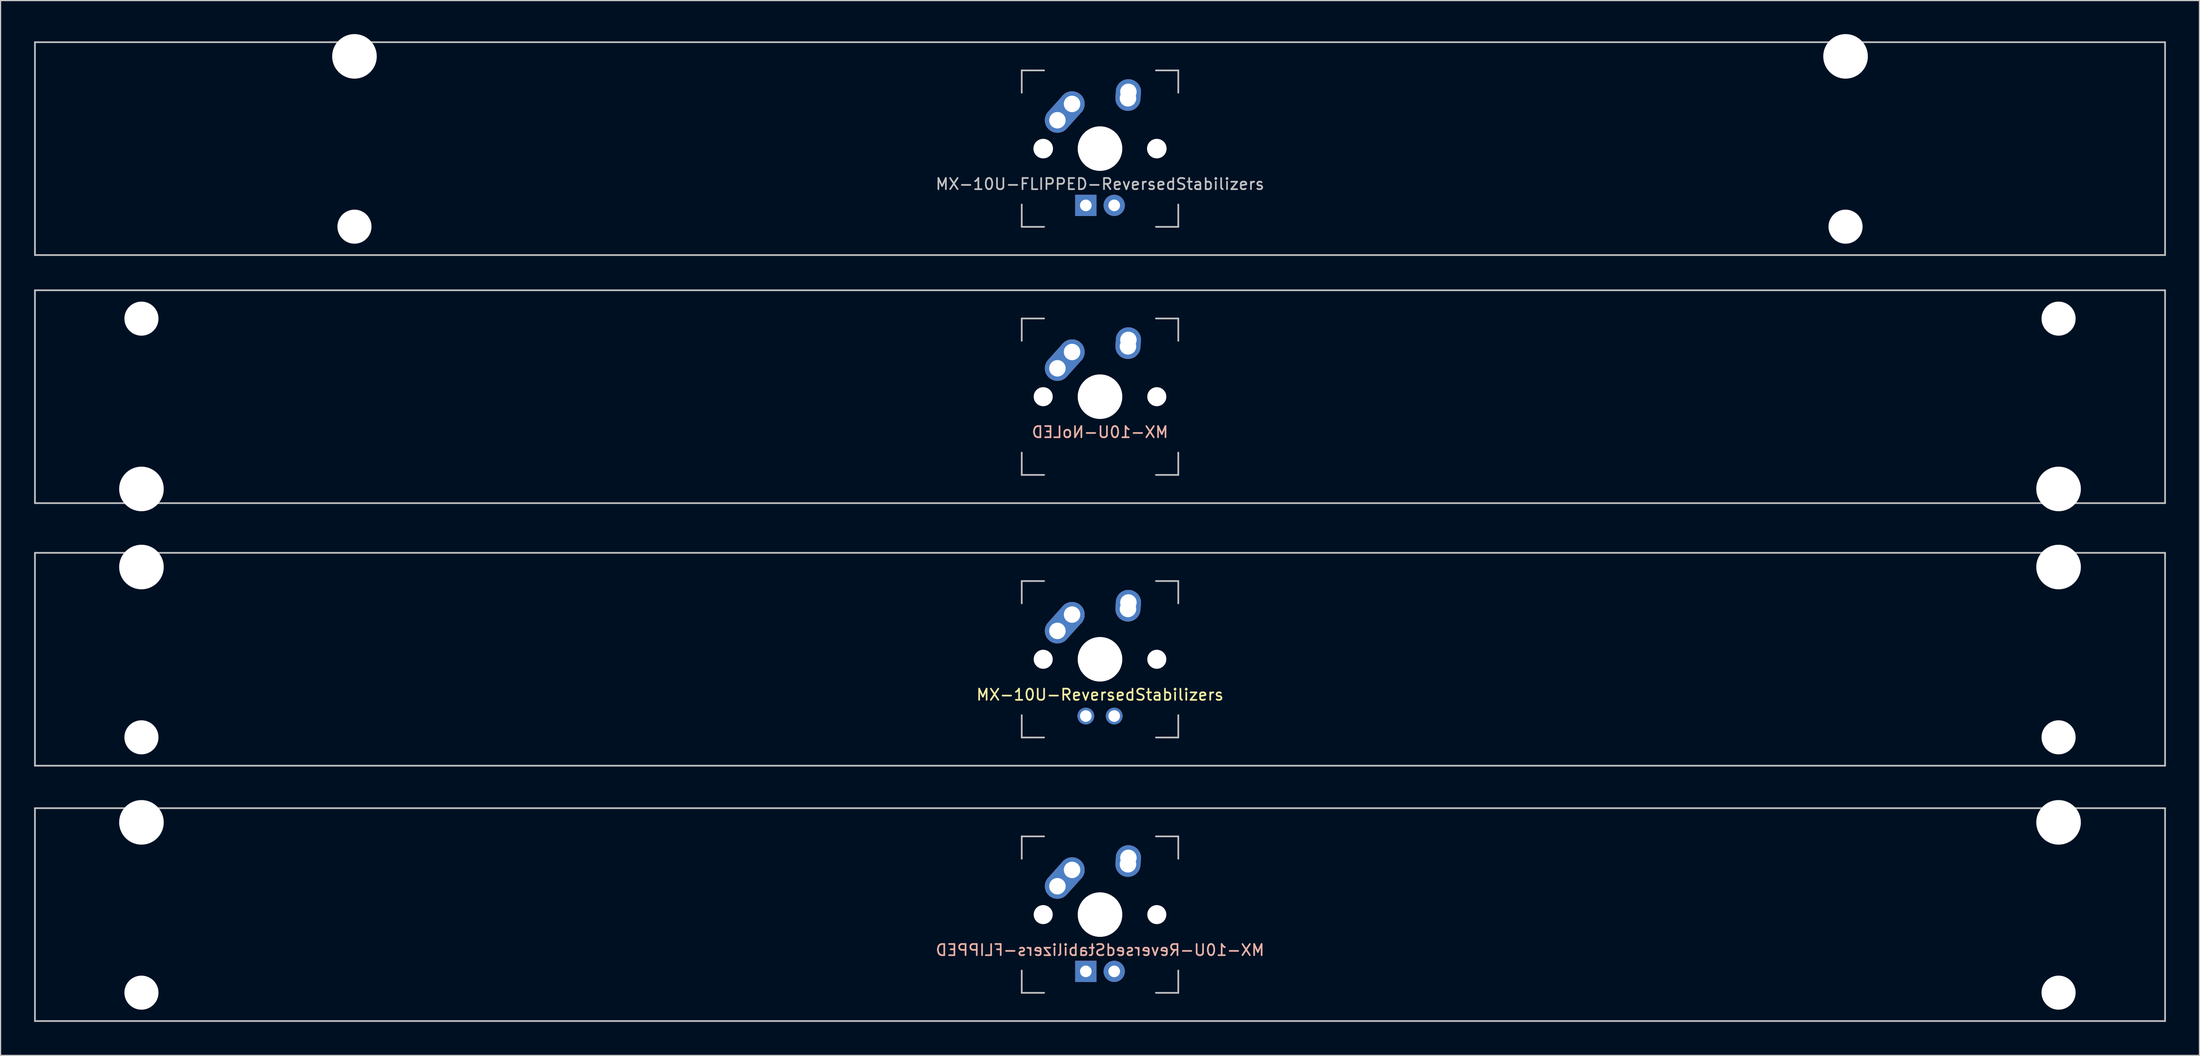
<source format=kicad_pcb>
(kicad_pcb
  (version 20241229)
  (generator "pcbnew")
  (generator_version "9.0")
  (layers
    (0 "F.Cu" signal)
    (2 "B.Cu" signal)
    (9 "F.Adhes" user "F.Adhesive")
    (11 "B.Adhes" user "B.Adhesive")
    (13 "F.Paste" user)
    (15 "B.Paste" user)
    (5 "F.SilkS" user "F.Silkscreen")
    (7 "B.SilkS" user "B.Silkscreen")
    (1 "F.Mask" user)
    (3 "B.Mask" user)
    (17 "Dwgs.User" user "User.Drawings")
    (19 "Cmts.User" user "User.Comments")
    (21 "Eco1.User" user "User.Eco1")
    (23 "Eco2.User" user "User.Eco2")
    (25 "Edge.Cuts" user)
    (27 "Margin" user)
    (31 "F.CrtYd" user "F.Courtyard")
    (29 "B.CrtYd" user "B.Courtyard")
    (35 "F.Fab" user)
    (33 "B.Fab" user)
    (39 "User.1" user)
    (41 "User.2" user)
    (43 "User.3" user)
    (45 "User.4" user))
  (footprint "MX-10U-ReversedStabilizers"
    (layer "F.Cu")
    (at 95.325 55.947)
    (property "Reference" "MX-10U-ReversedStabilizers" (at 0 3.175 0) (layer "F.SilkS") (effects (font (size 1 1) (thickness 0.15))))
    (attr through_hole)
    (fp_line (start -95.25 -9.525) (end 95.25 -9.525) (stroke (width 0.15) (type solid)) (layer "Dwgs.User"))
    (fp_line (start -95.25 9.525) (end -95.25 -9.525) (stroke (width 0.15) (type solid)) (layer "Dwgs.User"))
    (fp_line (start -95.25 9.525) (end 95.25 9.525) (stroke (width 0.15) (type solid)) (layer "Dwgs.User"))
    (fp_line (start -7 -7) (end -7 -5) (stroke (width 0.15) (type solid)) (layer "Dwgs.User"))
    (fp_line (start -7 5) (end -7 7) (stroke (width 0.15) (type solid)) (layer "Dwgs.User"))
    (fp_line (start -7 7) (end -5 7) (stroke (width 0.15) (type solid)) (layer "Dwgs.User"))
    (fp_line (start -5 -7) (end -7 -7) (stroke (width 0.15) (type solid)) (layer "Dwgs.User"))
    (fp_line (start 5 -7) (end 7 -7) (stroke (width 0.15) (type solid)) (layer "Dwgs.User"))
    (fp_line (start 5 7) (end 7 7) (stroke (width 0.15) (type solid)) (layer "Dwgs.User"))
    (fp_line (start 7 -7) (end 7 -5) (stroke (width 0.15) (type solid)) (layer "Dwgs.User"))
    (fp_line (start 7 7) (end 7 5) (stroke (width 0.15) (type solid)) (layer "Dwgs.User"))
    (fp_line (start 95.25 -9.525) (end 95.25 9.525) (stroke (width 0.15) (type solid)) (layer "Dwgs.User"))
    (pad "" np_thru_hole circle (at -85.725 -8.255) (size 3.988 3.988) (drill 3.988) (layers "*.Cu" "*.Mask"))
    (pad "" np_thru_hole circle (at -85.725 6.985) (size 3.048 3.048) (drill 3.048) (layers "*.Cu" "*.Mask"))
    (pad "" np_thru_hole circle (at -5.08 0 48.1) (size 1.702 1.702) (drill 1.702) (layers "*.Cu" "*.Mask"))
    (pad "" np_thru_hole circle (at 0 0) (size 3.988 3.988) (drill 3.988) (layers "*.Cu" "*.Mask"))
    (pad "" np_thru_hole circle (at 5.08 0 48.1) (size 1.702 1.702) (drill 1.702) (layers "*.Cu" "*.Mask"))
    (pad "" np_thru_hole circle (at 85.725 -8.255) (size 3.988 3.988) (drill 3.988) (layers "*.Cu" "*.Mask"))
    (pad "" np_thru_hole circle (at 85.725 6.985) (size 3.048 3.048) (drill 3.048) (layers "*.Cu" "*.Mask"))
    (pad "1" thru_hole oval (at -3.81 -2.54 48.1) (size 4.212 2.25) (drill 1.47 (offset 0.981 0)) (layers "*.Cu" "*.Mask"))
    (pad "1" thru_hole circle (at -2.5 -4) (size 2.25 2.25) (drill 1.47) (layers "*.Cu" "*.Mask"))
    (pad "2" thru_hole oval (at 2.5 -4.5 86.055) (size 2.831 2.25) (drill 1.47 (offset 0.291 0)) (layers "*.Cu" "*.Mask"))
    (pad "2" thru_hole circle (at 2.54 -5.08) (size 2.25 2.25) (drill 1.47) (layers "*.Cu" "*.Mask"))
    (pad "3" thru_hole circle (at -1.27 5.08) (size 1.5 1.5) (drill 1.04) (layers "*.Cu" "*.Mask"))
    (pad "4" thru_hole circle (at 1.27 5.08) (size 1.5 1.5) (drill 1.04) (layers "*.Cu" "*.Mask")))
  (footprint "MX-10U-NoLED"
    (layer "F.Cu")
    (at 95.325 32.449)
    (property "Reference" "MX-10U-NoLED" (at 0 3.175 0) (layer "B.SilkS") (effects (font (size 1 1) (thickness 0.15)) (justify mirror)))
    (attr through_hole)
    (fp_line (start -95.25 -9.525) (end 95.25 -9.525) (stroke (width 0.15) (type solid)) (layer "Dwgs.User"))
    (fp_line (start -95.25 9.525) (end -95.25 -9.525) (stroke (width 0.15) (type solid)) (layer "Dwgs.User"))
    (fp_line (start -95.25 9.525) (end 95.25 9.525) (stroke (width 0.15) (type solid)) (layer "Dwgs.User"))
    (fp_line (start -7 -7) (end -7 -5) (stroke (width 0.15) (type solid)) (layer "Dwgs.User"))
    (fp_line (start -7 5) (end -7 7) (stroke (width 0.15) (type solid)) (layer "Dwgs.User"))
    (fp_line (start -7 7) (end -5 7) (stroke (width 0.15) (type solid)) (layer "Dwgs.User"))
    (fp_line (start -5 -7) (end -7 -7) (stroke (width 0.15) (type solid)) (layer "Dwgs.User"))
    (fp_line (start 5 -7) (end 7 -7) (stroke (width 0.15) (type solid)) (layer "Dwgs.User"))
    (fp_line (start 5 7) (end 7 7) (stroke (width 0.15) (type solid)) (layer "Dwgs.User"))
    (fp_line (start 7 -7) (end 7 -5) (stroke (width 0.15) (type solid)) (layer "Dwgs.User"))
    (fp_line (start 7 7) (end 7 5) (stroke (width 0.15) (type solid)) (layer "Dwgs.User"))
    (fp_line (start 95.25 -9.525) (end 95.25 9.525) (stroke (width 0.15) (type solid)) (layer "Dwgs.User"))
    (pad "" np_thru_hole circle (at -85.725 -6.985) (size 3.048 3.048) (drill 3.048) (layers "*.Cu" "*.Mask"))
    (pad "" np_thru_hole circle (at -85.725 8.255) (size 3.988 3.988) (drill 3.988) (layers "*.Cu" "*.Mask"))
    (pad "" np_thru_hole circle (at -5.08 0 48.1) (size 1.702 1.702) (drill 1.702) (layers "*.Cu" "*.Mask"))
    (pad "" np_thru_hole circle (at 0 0) (size 3.988 3.988) (drill 3.988) (layers "*.Cu" "*.Mask"))
    (pad "" np_thru_hole circle (at 5.08 0 48.1) (size 1.702 1.702) (drill 1.702) (layers "*.Cu" "*.Mask"))
    (pad "" np_thru_hole circle (at 85.725 -6.985) (size 3.048 3.048) (drill 3.048) (layers "*.Cu" "*.Mask"))
    (pad "" np_thru_hole circle (at 85.725 8.255) (size 3.988 3.988) (drill 3.988) (layers "*.Cu" "*.Mask"))
    (pad "1" thru_hole oval (at -3.81 -2.54 48.1) (size 4.212 2.25) (drill 1.47 (offset 0.981 0)) (layers "*.Cu" "*.Mask"))
    (pad "1" thru_hole circle (at -2.5 -4) (size 2.25 2.25) (drill 1.47) (layers "*.Cu" "*.Mask"))
    (pad "2" thru_hole oval (at 2.5 -4.5 86.055) (size 2.831 2.25) (drill 1.47 (offset 0.291 0)) (layers "*.Cu" "*.Mask"))
    (pad "2" thru_hole circle (at 2.54 -5.08) (size 2.25 2.25) (drill 1.47) (layers "*.Cu" "*.Mask")))
  (footprint "MX-10U-FLIPPED-ReversedStabilizers"
    (layer "F.Cu")
    (at 95.325 10.249)
    (property "Reference" "MX-10U-FLIPPED-ReversedStabilizers" (at 0 3.175 0) (layer "Dwgs.User") (effects (font (size 1 1) (thickness 0.15))))
    (attr through_hole)
    (fp_line (start -95.25 -9.525) (end 95.25 -9.525) (stroke (width 0.15) (type solid)) (layer "Dwgs.User"))
    (fp_line (start -95.25 9.525) (end -95.25 -9.525) (stroke (width 0.15) (type solid)) (layer "Dwgs.User"))
    (fp_line (start -95.25 9.525) (end 95.25 9.525) (stroke (width 0.15) (type solid)) (layer "Dwgs.User"))
    (fp_line (start -7 -7) (end -7 -5) (stroke (width 0.15) (type solid)) (layer "Dwgs.User"))
    (fp_line (start -7 5) (end -7 7) (stroke (width 0.15) (type solid)) (layer "Dwgs.User"))
    (fp_line (start -7 7) (end -5 7) (stroke (width 0.15) (type solid)) (layer "Dwgs.User"))
    (fp_line (start -5 -7) (end -7 -7) (stroke (width 0.15) (type solid)) (layer "Dwgs.User"))
    (fp_line (start 5 -7) (end 7 -7) (stroke (width 0.15) (type solid)) (layer "Dwgs.User"))
    (fp_line (start 5 7) (end 7 7) (stroke (width 0.15) (type solid)) (layer "Dwgs.User"))
    (fp_line (start 7 -7) (end 7 -5) (stroke (width 0.15) (type solid)) (layer "Dwgs.User"))
    (fp_line (start 7 7) (end 7 5) (stroke (width 0.15) (type solid)) (layer "Dwgs.User"))
    (fp_line (start 95.25 -9.525) (end 95.25 9.525) (stroke (width 0.15) (type solid)) (layer "Dwgs.User"))
    (pad "" np_thru_hole circle (at -66.675 -8.255) (size 3.988 3.988) (drill 3.988) (layers "*.Cu" "*.Mask"))
    (pad "" np_thru_hole circle (at -66.675 6.985) (size 3.048 3.048) (drill 3.048) (layers "*.Cu" "*.Mask"))
    (pad "" np_thru_hole circle (at -5.08 0 48.1) (size 1.75 1.75) (drill 1.75) (layers "*.Cu" "*.Mask"))
    (pad "" np_thru_hole circle (at 0 0) (size 3.988 3.988) (drill 3.988) (layers "*.Cu" "*.Mask"))
    (pad "" np_thru_hole circle (at 5.08 0 48.1) (size 1.75 1.75) (drill 1.75) (layers "*.Cu" "*.Mask"))
    (pad "" np_thru_hole circle (at 66.675 -8.255) (size 3.988 3.988) (drill 3.988) (layers "*.Cu" "*.Mask"))
    (pad "" np_thru_hole circle (at 66.675 6.985) (size 3.048 3.048) (drill 3.048) (layers "*.Cu" "*.Mask"))
    (pad "1" thru_hole oval (at -3.81 -2.54 48.1) (size 4.212 2.25) (drill 1.47 (offset 0.981 0)) (layers "*.Cu" "B.Mask"))
    (pad "1" thru_hole circle (at -2.5 -4) (size 2.25 2.25) (drill 1.47) (layers "*.Cu" "B.Mask"))
    (pad "2" thru_hole oval (at 2.5 -4.5 86.055) (size 2.831 2.25) (drill 1.47 (offset 0.291 0)) (layers "*.Cu" "B.Mask"))
    (pad "2" thru_hole circle (at 2.54 -5.08) (size 2.25 2.25) (drill 1.47) (layers "*.Cu" "B.Mask"))
    (pad "3" thru_hole circle (at 1.27 5.08) (size 1.905 1.905) (drill 1.04) (layers "*.Cu" "B.Mask"))
    (pad "4" thru_hole rect (at -1.27 5.08) (size 1.905 1.905) (drill 1.04) (layers "*.Cu" "B.Mask")))
  (footprint "MX-10U-ReversedStabilizers-FLIPPED"
    (layer "F.Cu")
    (at 95.325 78.796)
    (property "Reference" "MX-10U-ReversedStabilizers-FLIPPED" (at 0 3.175 0) (layer "B.SilkS") (effects (font (size 1 1) (thickness 0.15)) (justify mirror)))
    (attr through_hole)
    (fp_line (start -95.25 -9.525) (end 95.25 -9.525) (stroke (width 0.15) (type solid)) (layer "Dwgs.User"))
    (fp_line (start -95.25 9.525) (end -95.25 -9.525) (stroke (width 0.15) (type solid)) (layer "Dwgs.User"))
    (fp_line (start -95.25 9.525) (end 95.25 9.525) (stroke (width 0.15) (type solid)) (layer "Dwgs.User"))
    (fp_line (start -7 -7) (end -7 -5) (stroke (width 0.15) (type solid)) (layer "Dwgs.User"))
    (fp_line (start -7 5) (end -7 7) (stroke (width 0.15) (type solid)) (layer "Dwgs.User"))
    (fp_line (start -7 7) (end -5 7) (stroke (width 0.15) (type solid)) (layer "Dwgs.User"))
    (fp_line (start -5 -7) (end -7 -7) (stroke (width 0.15) (type solid)) (layer "Dwgs.User"))
    (fp_line (start 5 -7) (end 7 -7) (stroke (width 0.15) (type solid)) (layer "Dwgs.User"))
    (fp_line (start 5 7) (end 7 7) (stroke (width 0.15) (type solid)) (layer "Dwgs.User"))
    (fp_line (start 7 -7) (end 7 -5) (stroke (width 0.15) (type solid)) (layer "Dwgs.User"))
    (fp_line (start 7 7) (end 7 5) (stroke (width 0.15) (type solid)) (layer "Dwgs.User"))
    (fp_line (start 95.25 -9.525) (end 95.25 9.525) (stroke (width 0.15) (type solid)) (layer "Dwgs.User"))
    (pad "" np_thru_hole circle (at -85.725 -8.255) (size 3.988 3.988) (drill 3.988) (layers "*.Cu" "*.Mask"))
    (pad "" np_thru_hole circle (at -85.725 6.985) (size 3.048 3.048) (drill 3.048) (layers "*.Cu" "*.Mask"))
    (pad "" np_thru_hole circle (at -5.08 0 48.1) (size 1.702 1.702) (drill 1.702) (layers "*.Cu" "*.Mask"))
    (pad "" np_thru_hole circle (at 0 0) (size 3.988 3.988) (drill 3.988) (layers "*.Cu" "*.Mask"))
    (pad "" np_thru_hole circle (at 5.08 0 48.1) (size 1.702 1.702) (drill 1.702) (layers "*.Cu" "*.Mask"))
    (pad "" np_thru_hole circle (at 85.725 -8.255) (size 3.988 3.988) (drill 3.988) (layers "*.Cu" "*.Mask"))
    (pad "" np_thru_hole circle (at 85.725 6.985) (size 3.048 3.048) (drill 3.048) (layers "*.Cu" "*.Mask"))
    (pad "1" thru_hole oval (at -3.81 -2.54 48.1) (size 4.212 2.25) (drill 1.47 (offset 0.981 0)) (layers "*.Cu" "*.Mask"))
    (pad "1" thru_hole circle (at -2.5 -4) (size 2.25 2.25) (drill 1.47) (layers "*.Cu" "*.Mask"))
    (pad "2" thru_hole oval (at 2.5 -4.5 86.055) (size 2.831 2.25) (drill 1.47 (offset 0.291 0)) (layers "*.Cu" "*.Mask"))
    (pad "2" thru_hole circle (at 2.54 -5.08) (size 2.25 2.25) (drill 1.47) (layers "*.Cu" "*.Mask"))
    (pad "3" thru_hole circle (at 1.27 5.08) (size 1.905 1.905) (drill 1.04) (layers "*.Cu" "*.Mask"))
    (pad "4" thru_hole rect (at -1.27 5.08) (size 1.905 1.905) (drill 1.04) (layers "*.Cu" "*.Mask")))
  (gr_rect
    (start -3 -3)
    (end 193.65 91.396)
    (stroke (width 0.1) (type default))
    (fill no)
    (layer "Edge.Cuts")))
</source>
